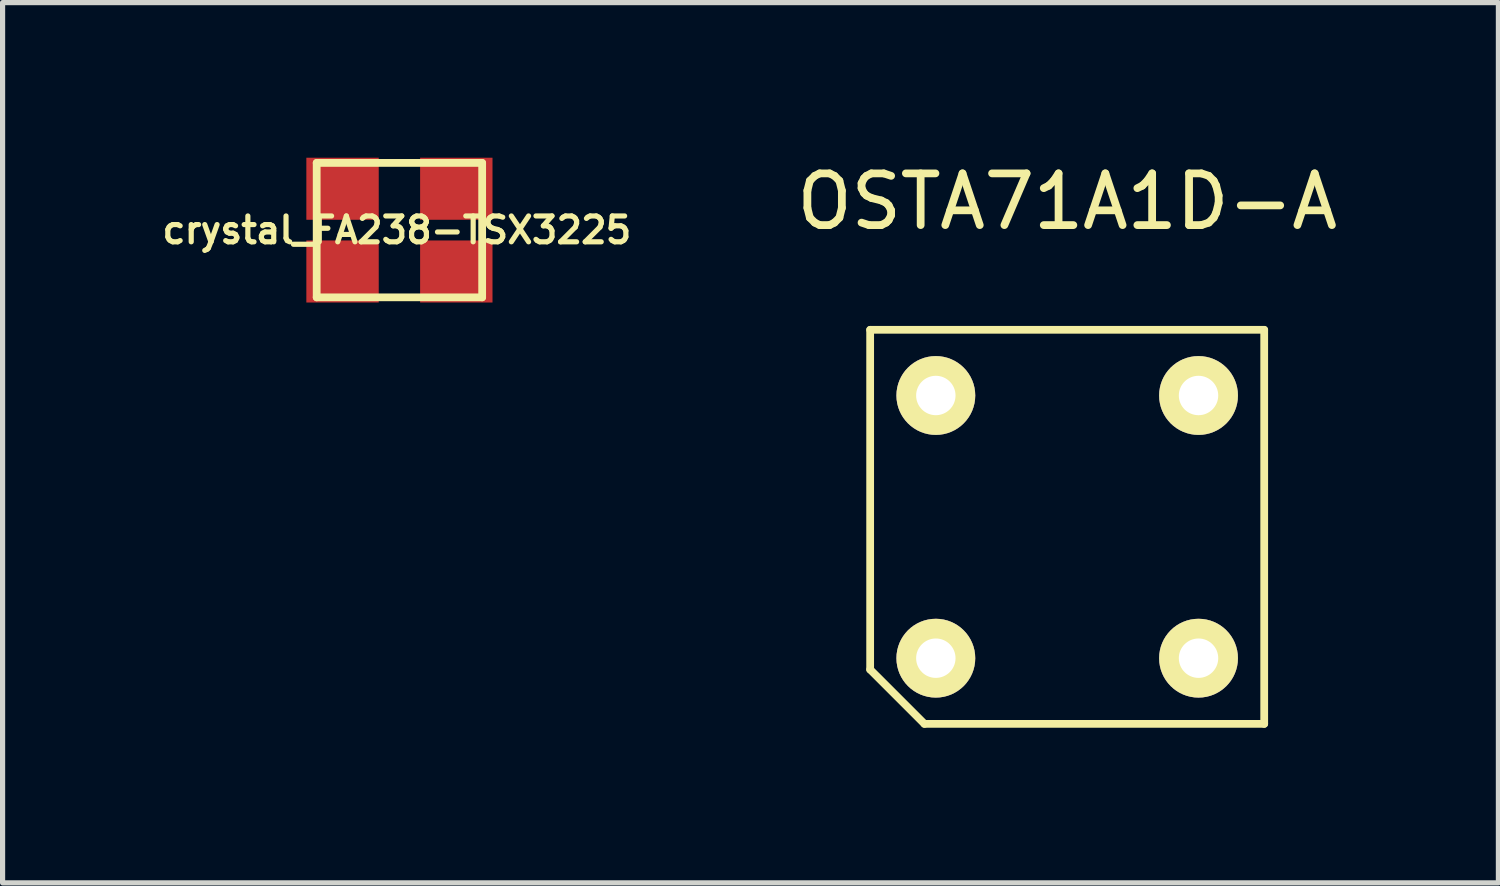
<source format=kicad_pcb>
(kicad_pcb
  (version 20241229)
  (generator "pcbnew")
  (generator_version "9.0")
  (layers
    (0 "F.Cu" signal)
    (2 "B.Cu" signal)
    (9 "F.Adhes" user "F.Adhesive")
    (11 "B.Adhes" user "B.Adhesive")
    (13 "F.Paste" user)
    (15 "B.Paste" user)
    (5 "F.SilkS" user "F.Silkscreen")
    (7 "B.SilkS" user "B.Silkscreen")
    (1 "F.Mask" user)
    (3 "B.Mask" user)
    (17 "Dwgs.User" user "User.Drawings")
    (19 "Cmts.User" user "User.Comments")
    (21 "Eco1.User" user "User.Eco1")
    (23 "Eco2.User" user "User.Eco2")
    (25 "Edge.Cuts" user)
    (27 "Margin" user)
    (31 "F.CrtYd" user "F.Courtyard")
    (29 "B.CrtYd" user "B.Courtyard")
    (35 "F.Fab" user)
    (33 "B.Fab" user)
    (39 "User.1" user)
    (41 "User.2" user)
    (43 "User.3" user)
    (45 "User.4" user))
  (footprint "crystal_FA238-TSX3225"
    (layer "F.Cu")
    (at 4.674 1.4)
    (property "Reference" "crystal_FA238-TSX3225" (at -0.05 0 0) (layer "F.SilkS") (effects (font (size 0.5 0.5) (thickness 0.1))))
    (attr through_hole)
    (fp_line (start -1.6 -1.3) (end 1.6 -1.3) (stroke (width 0.15) (type solid)) (layer "F.SilkS"))
    (fp_line (start -1.6 1.3) (end -1.6 -1.3) (stroke (width 0.15) (type solid)) (layer "F.SilkS"))
    (fp_line (start 1.6 -1.3) (end 1.6 1.3) (stroke (width 0.15) (type solid)) (layer "F.SilkS"))
    (fp_line (start 1.6 1.3) (end -1.6 1.3) (stroke (width 0.15) (type solid)) (layer "F.SilkS"))
    (pad "1" smd rect (at -1.1 0.8) (size 1.4 1.2) (layers "F.Cu" "F.Mask" "F.Paste"))
    (pad "2" smd rect (at 1.1 -0.8) (size 1.4 1.2) (layers "F.Cu" "F.Mask" "F.Paste"))
    (pad "3" smd rect (at -1.1 -0.8) (size 1.4 1.2) (layers "F.Cu" "F.Mask" "F.Paste"))
    (pad "3" smd rect (at 1.1 0.8) (size 1.4 1.2) (layers "F.Cu" "F.Mask" "F.Paste")))
  (footprint "OSTA71A1D-A"
    (layer "F.Cu")
    (at 17.587 7.138)
    (property "Reference" "OSTA71A1D-A" (at 0 -6.29 0) (layer "F.SilkS") (effects (font (size 1 1) (thickness 0.15))))
    (attr through_hole)
    (fp_line (start -3.81 -3.81) (end 3.81 -3.81) (stroke (width 0.15) (type solid)) (layer "F.SilkS"))
    (fp_line (start -3.81 2.76) (end -3.81 -3.81) (stroke (width 0.15) (type solid)) (layer "F.SilkS"))
    (fp_line (start -2.76 3.81) (end -3.81 2.76) (stroke (width 0.15) (type solid)) (layer "F.SilkS"))
    (fp_line (start -2.76 3.81) (end 3.81 3.81) (stroke (width 0.15) (type solid)) (layer "F.SilkS"))
    (fp_line (start 3.81 -3.81) (end 3.81 3.81) (stroke (width 0.15) (type solid)) (layer "F.SilkS"))
    (pad "1" thru_hole circle (at -2.54 -2.54) (size 1.524 1.524) (drill 0.762) (layers "*.Cu" "*.Mask" "F.SilkS"))
    (pad "2" thru_hole circle (at 2.54 -2.54) (size 1.524 1.524) (drill 0.762) (layers "*.Cu" "*.Mask" "F.SilkS"))
    (pad "3" thru_hole circle (at 2.54 2.54) (size 1.524 1.524) (drill 0.762) (layers "*.Cu" "*.Mask" "F.SilkS"))
    (pad "4" thru_hole circle (at -2.54 2.54) (size 1.524 1.524) (drill 0.762) (layers "*.Cu" "*.Mask" "F.SilkS")))
  (gr_rect
    (start -3 -3)
    (end 25.926 14.023)
    (stroke (width 0.1) (type default))
    (fill no)
    (layer "Edge.Cuts")))
</source>
